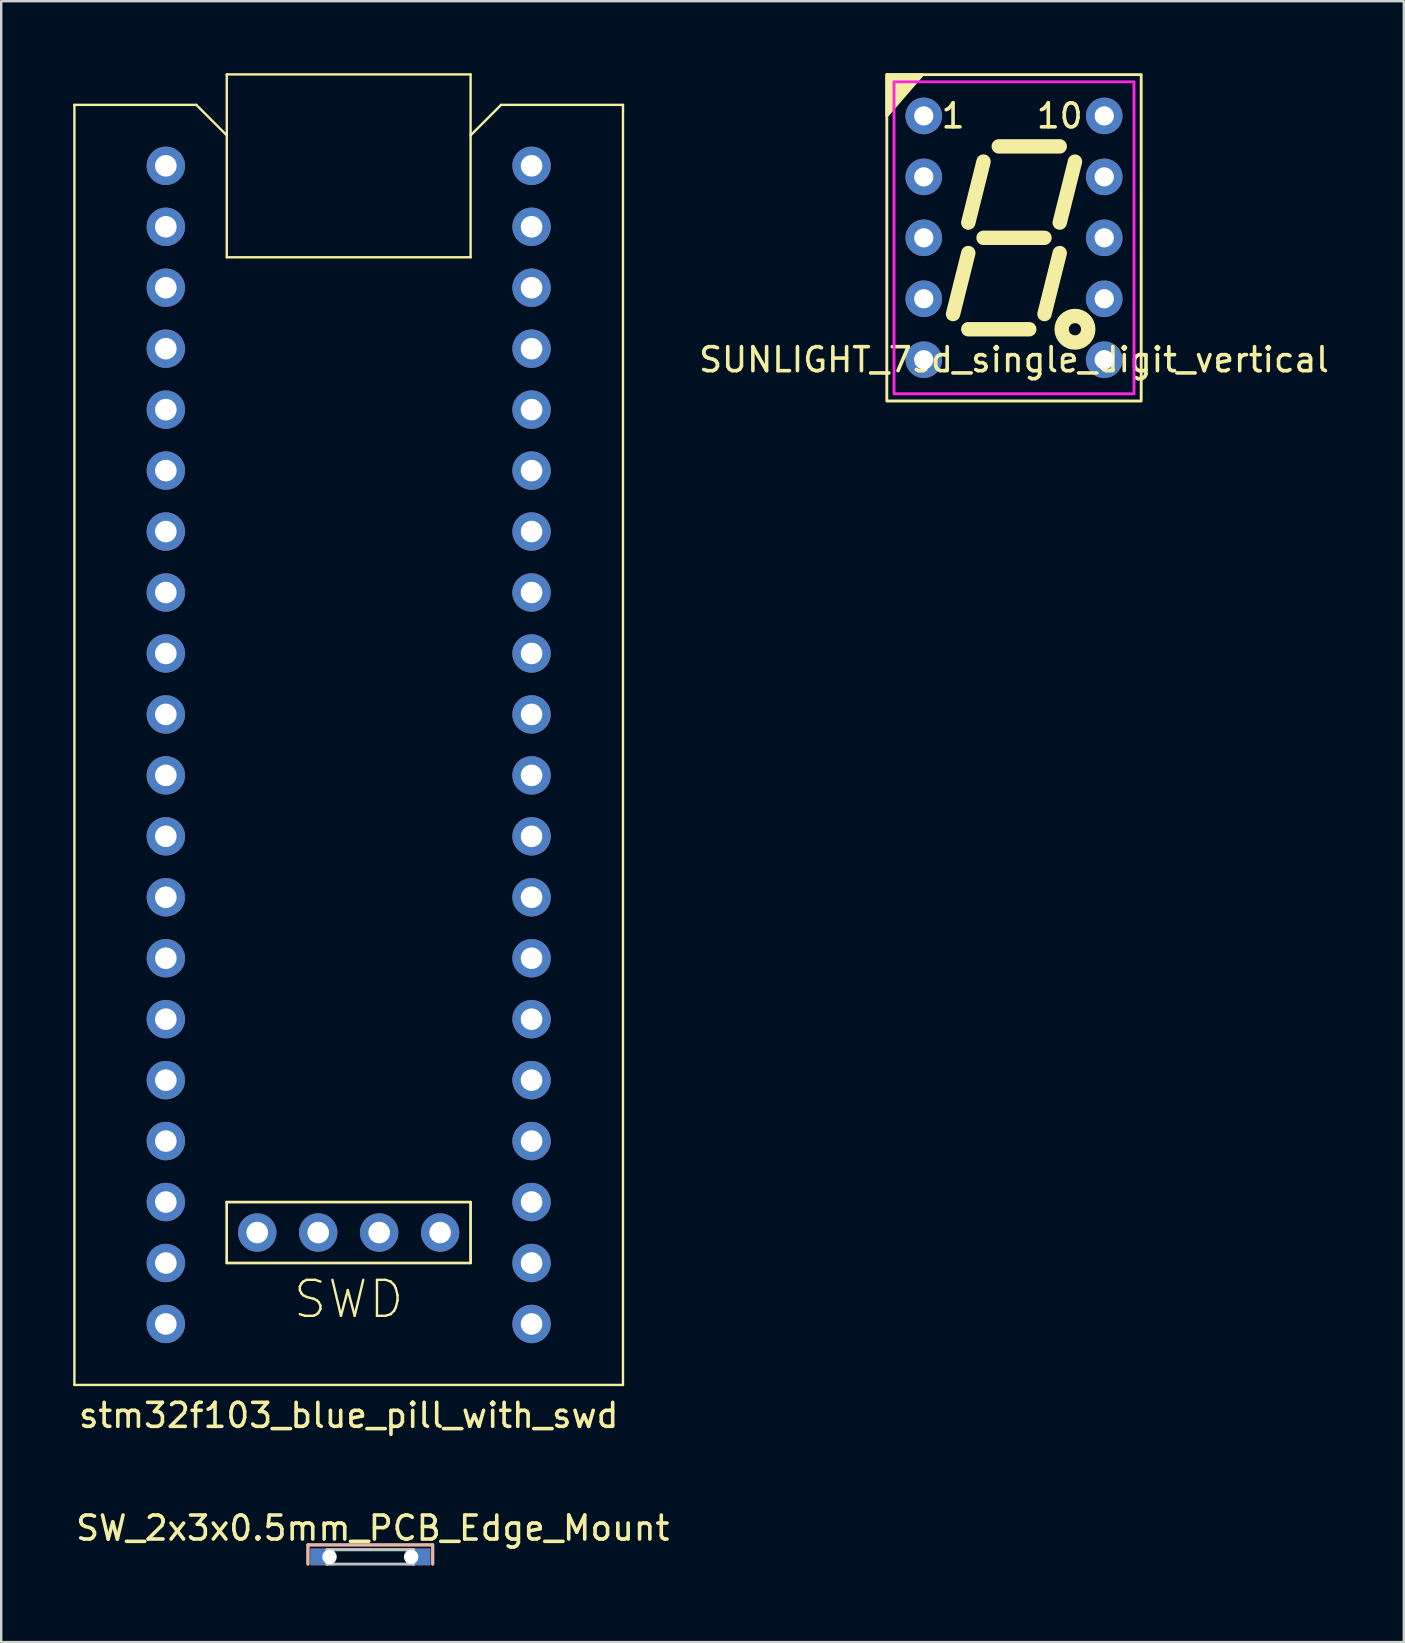
<source format=kicad_pcb>
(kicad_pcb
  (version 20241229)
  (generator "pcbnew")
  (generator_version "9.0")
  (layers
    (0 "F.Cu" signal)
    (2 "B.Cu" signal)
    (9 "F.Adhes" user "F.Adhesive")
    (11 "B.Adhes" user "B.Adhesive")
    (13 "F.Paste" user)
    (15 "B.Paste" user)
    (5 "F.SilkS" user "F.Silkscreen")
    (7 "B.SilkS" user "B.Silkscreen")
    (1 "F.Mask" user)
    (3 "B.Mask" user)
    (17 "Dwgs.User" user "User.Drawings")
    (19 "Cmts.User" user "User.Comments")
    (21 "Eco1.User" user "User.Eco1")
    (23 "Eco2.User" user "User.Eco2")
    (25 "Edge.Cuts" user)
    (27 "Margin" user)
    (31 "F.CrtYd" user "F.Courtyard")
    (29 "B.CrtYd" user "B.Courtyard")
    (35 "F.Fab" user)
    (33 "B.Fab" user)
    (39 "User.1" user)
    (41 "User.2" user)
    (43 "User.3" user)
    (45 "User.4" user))
  (footprint "stm32f103_blue_pill_with_swd"
    (layer "F.Cu")
    (at 11.48 27.99)
    (property "Reference" "stm32f103_blue_pill_with_swd" (at 0 27.94 0) (layer "F.SilkS") (effects (font (size 1 1) (thickness 0.15))))
    (attr through_hole)
    (fp_line (start -11.43 -26.67) (end -11.43 26.67) (stroke (width 0.1) (type default)) (layer "F.SilkS"))
    (fp_line (start -11.43 26.67) (end 11.43 26.67) (stroke (width 0.1) (type default)) (layer "F.SilkS"))
    (fp_line (start -6.35 -26.67) (end -11.43 -26.67) (stroke (width 0.1) (type default)) (layer "F.SilkS"))
    (fp_line (start -5.08 -27.94) (end 5.08 -27.94) (stroke (width 0.1) (type default)) (layer "F.SilkS"))
    (fp_line (start -5.08 -25.4) (end -6.35 -26.67) (stroke (width 0.1) (type default)) (layer "F.SilkS"))
    (fp_line (start -5.08 -20.32) (end -5.08 -27.94) (stroke (width 0.1) (type default)) (layer "F.SilkS"))
    (fp_line (start -5.08 19.05) (end 5.08 19.05) (stroke (width 0.1) (type default)) (layer "F.SilkS"))
    (fp_line (start -5.08 19.05) (end 5.08 19.05) (stroke (width 0.1) (type default)) (layer "F.SilkS"))
    (fp_line (start -5.08 21.59) (end -5.08 19.05) (stroke (width 0.1) (type default)) (layer "F.SilkS"))
    (fp_line (start -5.08 21.59) (end -5.08 19.05) (stroke (width 0.1) (type default)) (layer "F.SilkS"))
    (fp_line (start 5.08 -27.94) (end 5.08 -20.32) (stroke (width 0.1) (type default)) (layer "F.SilkS"))
    (fp_line (start 5.08 -20.32) (end -5.08 -20.32) (stroke (width 0.1) (type default)) (layer "F.SilkS"))
    (fp_line (start 5.08 19.05) (end 5.08 21.59) (stroke (width 0.1) (type default)) (layer "F.SilkS"))
    (fp_line (start 5.08 19.05) (end 5.08 21.59) (stroke (width 0.1) (type default)) (layer "F.SilkS"))
    (fp_line (start 5.08 21.59) (end -5.08 21.59) (stroke (width 0.1) (type default)) (layer "F.SilkS"))
    (fp_line (start 5.08 21.59) (end -5.08 21.59) (stroke (width 0.1) (type default)) (layer "F.SilkS"))
    (fp_line (start 6.35 -26.67) (end 5.08 -25.4) (stroke (width 0.1) (type default)) (layer "F.SilkS"))
    (fp_line (start 11.43 -26.67) (end 6.35 -26.67) (stroke (width 0.1) (type default)) (layer "F.SilkS"))
    (fp_line (start 11.43 26.67) (end 11.43 -26.67) (stroke (width 0.1) (type default)) (layer "F.SilkS"))
    (fp_text user "SWD" (at 0 22.225 0) (unlocked yes) (layer "F.SilkS") (effects (font (size 1.5 1.5) (thickness 0.1)) (justify top)))
    (pad "3V3" thru_hole circle (at -7.62 24.13) (size 1.6 1.6) (drill 0.9) (layers "*.Cu" "*.Mask"))
    (pad "3V3" thru_hole circle (at -3.81 20.32) (size 1.6 1.6) (drill 0.9) (layers "*.Cu" "*.Mask"))
    (pad "3V3" thru_hole circle (at 7.62 -19.05) (size 1.6 1.6) (drill 0.9) (layers "*.Cu" "*.Mask"))
    (pad "5V" thru_hole circle (at -7.62 19.05) (size 1.6 1.6) (drill 0.9) (layers "*.Cu" "*.Mask"))
    (pad "G" thru_hole circle (at -7.62 21.59) (size 1.6 1.6) (drill 0.9) (layers "*.Cu" "*.Mask"))
    (pad "G" thru_hole circle (at 3.81 20.32) (size 1.6 1.6) (drill 0.9) (layers "*.Cu" "*.Mask"))
    (pad "G" thru_hole circle (at 7.62 -24.13) (size 1.6 1.6) (drill 0.9) (layers "*.Cu" "*.Mask"))
    (pad "G" thru_hole circle (at 7.62 -21.59) (size 1.6 1.6) (drill 0.9) (layers "*.Cu" "*.Mask"))
    (pad "NRST" thru_hole circle (at 7.62 -16.51) (size 1.6 1.6) (drill 0.9) (layers "*.Cu" "*.Mask"))
    (pad "PA0" thru_hole circle (at 7.62 13.97) (size 1.6 1.6) (drill 0.9) (layers "*.Cu" "*.Mask"))
    (pad "PA1" thru_hole circle (at 7.62 11.43) (size 1.6 1.6) (drill 0.9) (layers "*.Cu" "*.Mask"))
    (pad "PA2" thru_hole circle (at 7.62 8.89) (size 1.6 1.6) (drill 0.9) (layers "*.Cu" "*.Mask"))
    (pad "PA3" thru_hole circle (at 7.62 6.35) (size 1.6 1.6) (drill 0.9) (layers "*.Cu" "*.Mask"))
    (pad "PA4" thru_hole circle (at 7.62 3.81) (size 1.6 1.6) (drill 0.9) (layers "*.Cu" "*.Mask"))
    (pad "PA5" thru_hole circle (at 7.62 1.27) (size 1.6 1.6) (drill 0.9) (layers "*.Cu" "*.Mask"))
    (pad "PA6" thru_hole circle (at 7.62 -1.27) (size 1.6 1.6) (drill 0.9) (layers "*.Cu" "*.Mask"))
    (pad "PA7" thru_hole circle (at 7.62 -3.81) (size 1.6 1.6) (drill 0.9) (layers "*.Cu" "*.Mask"))
    (pad "PA8" thru_hole circle (at -7.62 -13.97) (size 1.6 1.6) (drill 0.9) (layers "*.Cu" "*.Mask"))
    (pad "PA9" thru_hole circle (at -7.62 -11.43) (size 1.6 1.6) (drill 0.9) (layers "*.Cu" "*.Mask"))
    (pad "PA10" thru_hole circle (at -7.62 -8.89) (size 1.6 1.6) (drill 0.9) (layers "*.Cu" "*.Mask"))
    (pad "PA11" thru_hole circle (at -7.62 -6.35) (size 1.6 1.6) (drill 0.9) (layers "*.Cu" "*.Mask"))
    (pad "PA12" thru_hole circle (at -7.62 -3.81) (size 1.6 1.6) (drill 0.9) (layers "*.Cu" "*.Mask"))
    (pad "PA15" thru_hole circle (at -7.62 -1.27) (size 1.6 1.6) (drill 0.9) (layers "*.Cu" "*.Mask"))
    (pad "PB0" thru_hole circle (at 7.62 -6.35) (size 1.6 1.6) (drill 0.9) (layers "*.Cu" "*.Mask"))
    (pad "PB1" thru_hole circle (at 7.62 -8.89) (size 1.6 1.6) (drill 0.9) (layers "*.Cu" "*.Mask"))
    (pad "PB3" thru_hole circle (at -7.62 1.27) (size 1.6 1.6) (drill 0.9) (layers "*.Cu" "*.Mask"))
    (pad "PB4" thru_hole circle (at -7.62 3.81) (size 1.6 1.6) (drill 0.9) (layers "*.Cu" "*.Mask"))
    (pad "PB5" thru_hole circle (at -7.62 6.35) (size 1.6 1.6) (drill 0.9) (layers "*.Cu" "*.Mask"))
    (pad "PB6" thru_hole circle (at -7.62 8.89) (size 1.6 1.6) (drill 0.9) (layers "*.Cu" "*.Mask"))
    (pad "PB7" thru_hole circle (at -7.62 11.43) (size 1.6 1.6) (drill 0.9) (layers "*.Cu" "*.Mask"))
    (pad "PB8" thru_hole circle (at -7.62 13.97) (size 1.6 1.6) (drill 0.9) (layers "*.Cu" "*.Mask"))
    (pad "PB9" thru_hole circle (at -7.62 16.51) (size 1.6 1.6) (drill 0.9) (layers "*.Cu" "*.Mask"))
    (pad "PB10" thru_hole circle (at 7.62 -11.43) (size 1.6 1.6) (drill 0.9) (layers "*.Cu" "*.Mask"))
    (pad "PB11" thru_hole circle (at 7.62 -13.97) (size 1.6 1.6) (drill 0.9) (layers "*.Cu" "*.Mask"))
    (pad "PB12" thru_hole circle (at -7.62 -24.13) (size 1.6 1.6) (drill 0.9) (layers "*.Cu" "*.Mask"))
    (pad "PB13" thru_hole circle (at -7.62 -21.59) (size 1.6 1.6) (drill 0.9) (layers "*.Cu" "*.Mask"))
    (pad "PB14" thru_hole circle (at -7.62 -19.05) (size 1.6 1.6) (drill 0.9) (layers "*.Cu" "*.Mask"))
    (pad "PB15" thru_hole circle (at -7.62 -16.51) (size 1.6 1.6) (drill 0.9) (layers "*.Cu" "*.Mask"))
    (pad "PC13" thru_hole circle (at 7.62 21.59) (size 1.6 1.6) (drill 0.9) (layers "*.Cu" "*.Mask"))
    (pad "PC14" thru_hole circle (at 7.62 19.05) (size 1.6 1.6) (drill 0.9) (layers "*.Cu" "*.Mask"))
    (pad "PC15" thru_hole circle (at 7.62 16.51) (size 1.6 1.6) (drill 0.9) (layers "*.Cu" "*.Mask"))
    (pad "SWCLK" thru_hole circle (at 1.27 20.32) (size 1.6 1.6) (drill 0.9) (layers "*.Cu" "*.Mask"))
    (pad "SWO" thru_hole circle (at -1.27 20.32) (size 1.6 1.6) (drill 0.9) (layers "*.Cu" "*.Mask"))
    (pad "VBAT" thru_hole circle (at 7.62 24.13) (size 1.6 1.6) (drill 0.9) (layers "*.Cu" "*.Mask")))
  (footprint "SUNLIGHT_7sd_single_digit_vertical"
    (layer "F.Cu")
    (at 39.204 6.86)
    (property "Reference" "SUNLIGHT_7sd_single_digit_vertical" (at 0 5.08 0) (unlocked yes) (layer "F.SilkS") (effects (font (size 1 1) (thickness 0.15))))
    (attr through_hole)
    (fp_line (start -1.905 0.635) (end -2.54 3.175) (stroke (width 0.6) (type solid)) (layer "F.SilkS"))
    (fp_line (start -1.905 3.81) (end 0.635 3.81) (stroke (width 0.6) (type solid)) (layer "F.SilkS"))
    (fp_line (start -1.27 -3.175) (end -1.905 -0.635) (stroke (width 0.6) (type solid)) (layer "F.SilkS"))
    (fp_line (start -1.27 0) (end 1.27 0) (stroke (width 0.6) (type solid)) (layer "F.SilkS"))
    (fp_line (start 1.905 -3.81) (end -0.635 -3.81) (stroke (width 0.6) (type solid)) (layer "F.SilkS"))
    (fp_line (start 1.905 -0.635) (end 2.54 -3.175) (stroke (width 0.6) (type solid)) (layer "F.SilkS"))
    (fp_line (start 1.905 0.635) (end 1.27 3.175) (stroke (width 0.6) (type solid)) (layer "F.SilkS"))
    (fp_rect (start -5.3 -6.8) (end 5.3 6.8) (stroke (width 0.12) (type solid)) (fill no) (layer "F.SilkS"))
    (fp_circle (center 2.54 3.81) (end 2.794 3.81) (stroke (width 0.6) (type solid)) (fill no) (layer "F.SilkS"))
    (fp_poly (pts (xy -5.3 -5.08) (xy -5.3 -6.8) (xy -3.81 -6.8)) (stroke (width 0.12) (type solid)) (fill yes) (layer "F.SilkS"))
    (fp_rect (start -5 -6.5) (end 5 6.5) (stroke (width 0.12) (type solid)) (fill no) (layer "F.CrtYd"))
    (fp_text user "1" (at -2.54 -5.08 0) (unlocked yes) (layer "F.SilkS") (effects (font (size 1 1) (thickness 0.15))))
    (fp_text user "10" (at 1.905 -5.08 0) (unlocked yes) (layer "F.SilkS") (effects (font (size 1 1) (thickness 0.15))))
    (pad "1" thru_hole circle (at -3.76 -5.08) (size 1.524 1.524) (drill 0.8) (layers "*.Cu" "*.Mask"))
    (pad "2" thru_hole circle (at -3.76 -2.54) (size 1.524 1.524) (drill 0.8) (layers "*.Cu" "*.Mask"))
    (pad "3" thru_hole circle (at -3.76 0) (size 1.524 1.524) (drill 0.8) (layers "*.Cu" "*.Mask"))
    (pad "4" thru_hole circle (at -3.76 2.54) (size 1.524 1.524) (drill 0.8) (layers "*.Cu" "*.Mask"))
    (pad "5" thru_hole circle (at -3.76 5.08) (size 1.524 1.524) (drill 0.8) (layers "*.Cu" "*.Mask"))
    (pad "6" thru_hole circle (at 3.76 5.08) (size 1.524 1.524) (drill 0.8) (layers "*.Cu" "*.Mask"))
    (pad "7" thru_hole circle (at 3.76 2.54) (size 1.524 1.524) (drill 0.8) (layers "*.Cu" "*.Mask"))
    (pad "8" thru_hole circle (at 3.76 0) (size 1.524 1.524) (drill 0.8) (layers "*.Cu" "*.Mask"))
    (pad "9" thru_hole circle (at 3.76 -2.54) (size 1.524 1.524) (drill 0.8) (layers "*.Cu" "*.Mask"))
    (pad "10" thru_hole circle (at 3.76 -5.08) (size 1.524 1.524) (drill 0.8) (layers "*.Cu" "*.Mask")))
  (footprint "SW_2x3x0.5mm_PCB_Edge_Mount"
    (layer "F.Cu")
    (at 12.382 62.127)
    (property "Reference" "SW_2x3x0.5mm_PCB_Edge_Mount" (at 0.1 -1.5 0) (unlocked yes) (layer "F.SilkS") (effects (font (size 1 1) (thickness 0.15))))
    (attr smd)
    (fp_line (start -2.6 -0.8) (end -2.6 0) (stroke (width 0.12) (type solid)) (layer "F.SilkS"))
    (fp_line (start -2.6 -0.8) (end 2.6 -0.8) (stroke (width 0.12) (type solid)) (layer "F.SilkS"))
    (fp_line (start 2.6 -0.8) (end 2.6 0) (stroke (width 0.12) (type solid)) (layer "F.SilkS"))
    (fp_line (start -2.6 -0.8) (end 2.6 -0.8) (stroke (width 0.12) (type solid)) (layer "B.SilkS"))
    (fp_line (start -2.6 0) (end -2.6 -0.8) (stroke (width 0.12) (type solid)) (layer "B.SilkS"))
    (fp_line (start 2.6 -0.8) (end 2.6 0) (stroke (width 0.12) (type solid)) (layer "B.SilkS"))
    (fp_line (start -1.8 -0.6) (end -1.8 0) (stroke (width 0.12) (type solid)) (layer "Dwgs.User"))
    (fp_line (start -1.8 0) (end 1.8 0) (stroke (width 0.12) (type solid)) (layer "Dwgs.User"))
    (fp_line (start 0 -0.6) (end -1.8 -0.6) (stroke (width 0.12) (type solid)) (layer "Dwgs.User"))
    (fp_line (start 1.8 -0.6) (end 0 -0.6) (stroke (width 0.12) (type solid)) (layer "Dwgs.User"))
    (fp_line (start 1.8 0) (end 1.8 -0.6) (stroke (width 0.12) (type solid)) (layer "Dwgs.User"))
    (fp_line (start -1.8 -0.6) (end -1.8 0) (stroke (width 0.12) (type solid)) (layer "Edge.Cuts"))
    (fp_line (start 1.8 -0.6) (end -1.8 -0.6) (stroke (width 0.12) (type solid)) (layer "Edge.Cuts"))
    (fp_line (start 1.8 0) (end 1.8 -0.6) (stroke (width 0.12) (type solid)) (layer "Edge.Cuts"))
    (pad "1" thru_hole rect (at -1.7 -0.3) (size 1 0.7) (drill 0.6 (offset -0.3 0)) (property pad_prop_castellated) (layers "*.Cu" "*.Mask"))
    (pad "2" thru_hole rect (at 1.7 -0.3 180) (size 1 0.7) (drill 0.6 (offset -0.3 0)) (property pad_prop_castellated) (layers "*.Cu" "*.Mask")))
  (gr_rect
    (start -3 -3)
    (end 55.448 65.376)
    (stroke (width 0.1) (type default))
    (fill no)
    (layer "Edge.Cuts")))
</source>
